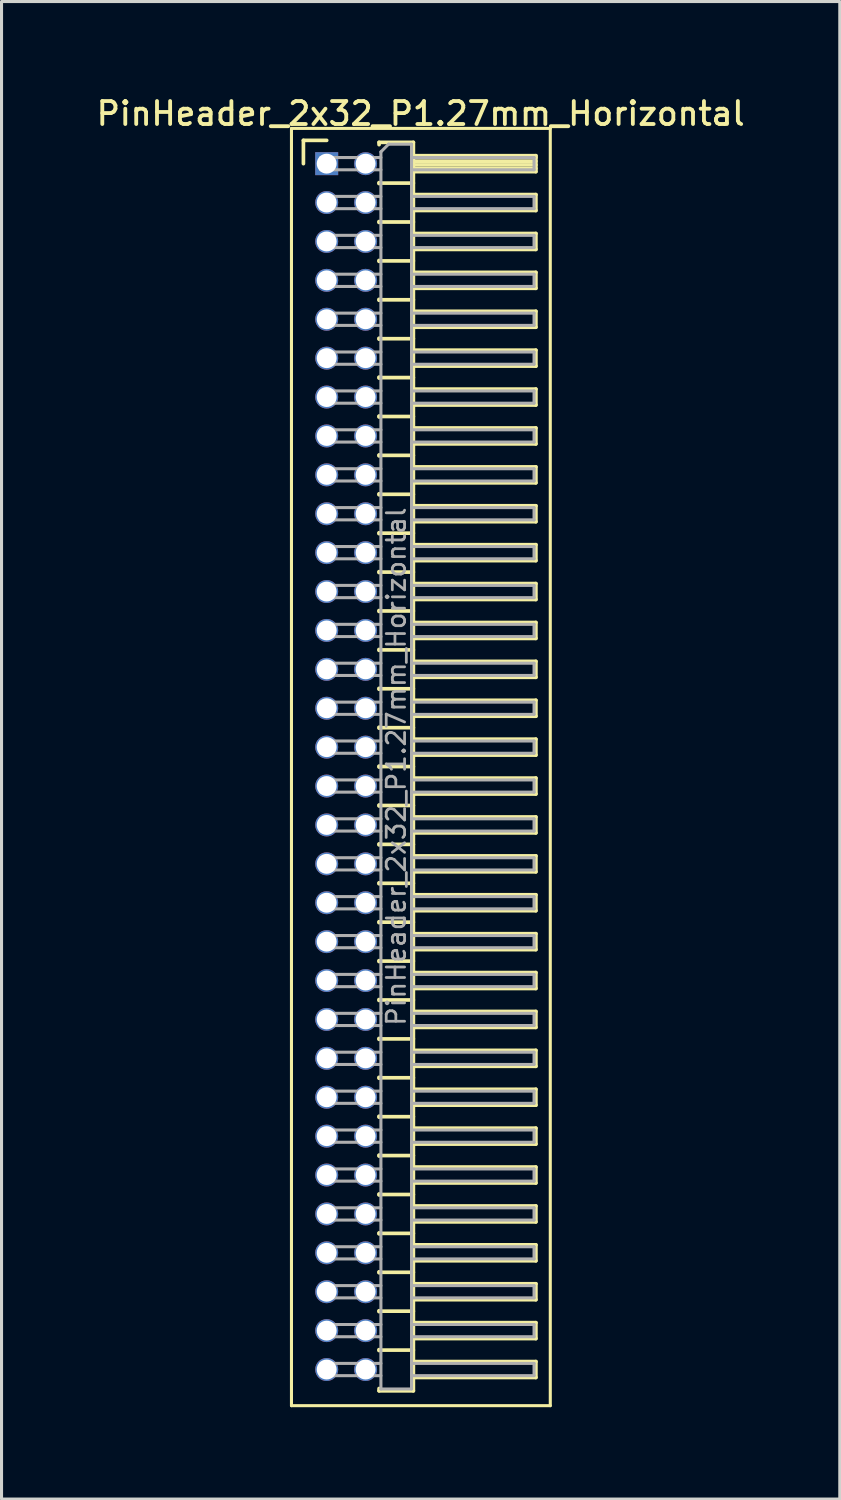
<source format=kicad_pcb>
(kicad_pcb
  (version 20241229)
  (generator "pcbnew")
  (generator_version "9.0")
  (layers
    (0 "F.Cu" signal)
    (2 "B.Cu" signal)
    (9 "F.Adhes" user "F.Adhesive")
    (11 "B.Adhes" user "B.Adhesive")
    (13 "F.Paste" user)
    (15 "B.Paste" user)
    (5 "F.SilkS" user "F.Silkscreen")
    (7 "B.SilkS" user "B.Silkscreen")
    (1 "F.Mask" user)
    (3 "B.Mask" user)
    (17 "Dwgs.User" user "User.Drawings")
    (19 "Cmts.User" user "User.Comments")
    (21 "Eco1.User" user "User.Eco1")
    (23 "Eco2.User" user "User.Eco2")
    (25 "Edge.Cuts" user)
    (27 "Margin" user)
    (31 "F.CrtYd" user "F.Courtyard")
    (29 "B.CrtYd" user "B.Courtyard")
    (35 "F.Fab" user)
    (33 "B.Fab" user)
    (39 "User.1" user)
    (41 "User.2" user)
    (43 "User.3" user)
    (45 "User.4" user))
  (footprint "PinHeader_2x32_P1.27mm_Horizontal"
    (layer "F.Cu")
    (at 7.616 2.293)
    (property "Reference" "PinHeader_2x32_P1.27mm_Horizontal" (at 3.067 -1.635 0) (layer "F.SilkS") (effects (font (size 0.75 0.75) (thickness 0.125))))
    (attr through_hole)
    (fp_line (start -1.15 -1.15) (end -1.15 40.55) (stroke (width 0.1) (type solid)) (layer "F.SilkS"))
    (fp_line (start -1.15 40.55) (end 7.3 40.55) (stroke (width 0.1) (type solid)) (layer "F.SilkS"))
    (fp_line (start -0.76 -0.76) (end 0 -0.76) (stroke (width 0.12) (type solid)) (layer "F.SilkS"))
    (fp_line (start -0.76 0) (end -0.76 -0.76) (stroke (width 0.12) (type solid)) (layer "F.SilkS"))
    (fp_line (start 1.71 -0.695) (end 2.83 -0.695) (stroke (width 0.12) (type solid)) (layer "F.SilkS"))
    (fp_line (start 1.71 -0.62) (end 1.71 -0.695) (stroke (width 0.12) (type solid)) (layer "F.SilkS"))
    (fp_line (start 1.71 0.62) (end 1.71 0.65) (stroke (width 0.12) (type solid)) (layer "F.SilkS"))
    (fp_line (start 1.71 0.635) (end 2.83 0.635) (stroke (width 0.12) (type solid)) (layer "F.SilkS"))
    (fp_line (start 1.71 1.89) (end 1.71 1.92) (stroke (width 0.12) (type solid)) (layer "F.SilkS"))
    (fp_line (start 1.71 1.905) (end 2.83 1.905) (stroke (width 0.12) (type solid)) (layer "F.SilkS"))
    (fp_line (start 1.71 3.16) (end 1.71 3.19) (stroke (width 0.12) (type solid)) (layer "F.SilkS"))
    (fp_line (start 1.71 3.175) (end 2.83 3.175) (stroke (width 0.12) (type solid)) (layer "F.SilkS"))
    (fp_line (start 1.71 4.43) (end 1.71 4.46) (stroke (width 0.12) (type solid)) (layer "F.SilkS"))
    (fp_line (start 1.71 4.445) (end 2.83 4.445) (stroke (width 0.12) (type solid)) (layer "F.SilkS"))
    (fp_line (start 1.71 5.7) (end 1.71 5.73) (stroke (width 0.12) (type solid)) (layer "F.SilkS"))
    (fp_line (start 1.71 5.715) (end 2.83 5.715) (stroke (width 0.12) (type solid)) (layer "F.SilkS"))
    (fp_line (start 1.71 6.97) (end 1.71 7) (stroke (width 0.12) (type solid)) (layer "F.SilkS"))
    (fp_line (start 1.71 6.985) (end 2.83 6.985) (stroke (width 0.12) (type solid)) (layer "F.SilkS"))
    (fp_line (start 1.71 8.24) (end 1.71 8.27) (stroke (width 0.12) (type solid)) (layer "F.SilkS"))
    (fp_line (start 1.71 8.255) (end 2.83 8.255) (stroke (width 0.12) (type solid)) (layer "F.SilkS"))
    (fp_line (start 1.71 9.51) (end 1.71 9.54) (stroke (width 0.12) (type solid)) (layer "F.SilkS"))
    (fp_line (start 1.71 9.525) (end 2.83 9.525) (stroke (width 0.12) (type solid)) (layer "F.SilkS"))
    (fp_line (start 1.71 10.78) (end 1.71 10.81) (stroke (width 0.12) (type solid)) (layer "F.SilkS"))
    (fp_line (start 1.71 10.795) (end 2.83 10.795) (stroke (width 0.12) (type solid)) (layer "F.SilkS"))
    (fp_line (start 1.71 12.05) (end 1.71 12.08) (stroke (width 0.12) (type solid)) (layer "F.SilkS"))
    (fp_line (start 1.71 12.065) (end 2.83 12.065) (stroke (width 0.12) (type solid)) (layer "F.SilkS"))
    (fp_line (start 1.71 13.32) (end 1.71 13.35) (stroke (width 0.12) (type solid)) (layer "F.SilkS"))
    (fp_line (start 1.71 13.335) (end 2.83 13.335) (stroke (width 0.12) (type solid)) (layer "F.SilkS"))
    (fp_line (start 1.71 14.59) (end 1.71 14.62) (stroke (width 0.12) (type solid)) (layer "F.SilkS"))
    (fp_line (start 1.71 14.605) (end 2.83 14.605) (stroke (width 0.12) (type solid)) (layer "F.SilkS"))
    (fp_line (start 1.71 15.86) (end 1.71 15.89) (stroke (width 0.12) (type solid)) (layer "F.SilkS"))
    (fp_line (start 1.71 15.875) (end 2.83 15.875) (stroke (width 0.12) (type solid)) (layer "F.SilkS"))
    (fp_line (start 1.71 17.13) (end 1.71 17.16) (stroke (width 0.12) (type solid)) (layer "F.SilkS"))
    (fp_line (start 1.71 17.145) (end 2.83 17.145) (stroke (width 0.12) (type solid)) (layer "F.SilkS"))
    (fp_line (start 1.71 18.4) (end 1.71 18.43) (stroke (width 0.12) (type solid)) (layer "F.SilkS"))
    (fp_line (start 1.71 18.415) (end 2.83 18.415) (stroke (width 0.12) (type solid)) (layer "F.SilkS"))
    (fp_line (start 1.71 19.67) (end 1.71 19.7) (stroke (width 0.12) (type solid)) (layer "F.SilkS"))
    (fp_line (start 1.71 19.685) (end 2.83 19.685) (stroke (width 0.12) (type solid)) (layer "F.SilkS"))
    (fp_line (start 1.71 20.94) (end 1.71 20.97) (stroke (width 0.12) (type solid)) (layer "F.SilkS"))
    (fp_line (start 1.71 20.955) (end 2.83 20.955) (stroke (width 0.12) (type solid)) (layer "F.SilkS"))
    (fp_line (start 1.71 22.21) (end 1.71 22.24) (stroke (width 0.12) (type solid)) (layer "F.SilkS"))
    (fp_line (start 1.71 22.225) (end 2.83 22.225) (stroke (width 0.12) (type solid)) (layer "F.SilkS"))
    (fp_line (start 1.71 23.48) (end 1.71 23.51) (stroke (width 0.12) (type solid)) (layer "F.SilkS"))
    (fp_line (start 1.71 23.495) (end 2.83 23.495) (stroke (width 0.12) (type solid)) (layer "F.SilkS"))
    (fp_line (start 1.71 24.75) (end 1.71 24.78) (stroke (width 0.12) (type solid)) (layer "F.SilkS"))
    (fp_line (start 1.71 24.765) (end 2.83 24.765) (stroke (width 0.12) (type solid)) (layer "F.SilkS"))
    (fp_line (start 1.71 26.02) (end 1.71 26.05) (stroke (width 0.12) (type solid)) (layer "F.SilkS"))
    (fp_line (start 1.71 26.035) (end 2.83 26.035) (stroke (width 0.12) (type solid)) (layer "F.SilkS"))
    (fp_line (start 1.71 27.29) (end 1.71 27.32) (stroke (width 0.12) (type solid)) (layer "F.SilkS"))
    (fp_line (start 1.71 27.305) (end 2.83 27.305) (stroke (width 0.12) (type solid)) (layer "F.SilkS"))
    (fp_line (start 1.71 28.56) (end 1.71 28.59) (stroke (width 0.12) (type solid)) (layer "F.SilkS"))
    (fp_line (start 1.71 28.575) (end 2.83 28.575) (stroke (width 0.12) (type solid)) (layer "F.SilkS"))
    (fp_line (start 1.71 29.83) (end 1.71 29.86) (stroke (width 0.12) (type solid)) (layer "F.SilkS"))
    (fp_line (start 1.71 29.845) (end 2.83 29.845) (stroke (width 0.12) (type solid)) (layer "F.SilkS"))
    (fp_line (start 1.71 31.1) (end 1.71 31.13) (stroke (width 0.12) (type solid)) (layer "F.SilkS"))
    (fp_line (start 1.71 31.115) (end 2.83 31.115) (stroke (width 0.12) (type solid)) (layer "F.SilkS"))
    (fp_line (start 1.71 32.37) (end 1.71 32.4) (stroke (width 0.12) (type solid)) (layer "F.SilkS"))
    (fp_line (start 1.71 32.385) (end 2.83 32.385) (stroke (width 0.12) (type solid)) (layer "F.SilkS"))
    (fp_line (start 1.71 33.64) (end 1.71 33.67) (stroke (width 0.12) (type solid)) (layer "F.SilkS"))
    (fp_line (start 1.71 33.655) (end 2.83 33.655) (stroke (width 0.12) (type solid)) (layer "F.SilkS"))
    (fp_line (start 1.71 34.91) (end 1.71 34.94) (stroke (width 0.12) (type solid)) (layer "F.SilkS"))
    (fp_line (start 1.71 34.925) (end 2.83 34.925) (stroke (width 0.12) (type solid)) (layer "F.SilkS"))
    (fp_line (start 1.71 36.18) (end 1.71 36.21) (stroke (width 0.12) (type solid)) (layer "F.SilkS"))
    (fp_line (start 1.71 36.195) (end 2.83 36.195) (stroke (width 0.12) (type solid)) (layer "F.SilkS"))
    (fp_line (start 1.71 37.45) (end 1.71 37.48) (stroke (width 0.12) (type solid)) (layer "F.SilkS"))
    (fp_line (start 1.71 37.465) (end 2.83 37.465) (stroke (width 0.12) (type solid)) (layer "F.SilkS"))
    (fp_line (start 1.71 38.72) (end 1.71 38.75) (stroke (width 0.12) (type solid)) (layer "F.SilkS"))
    (fp_line (start 1.71 38.735) (end 2.83 38.735) (stroke (width 0.12) (type solid)) (layer "F.SilkS"))
    (fp_line (start 1.71 40.065) (end 1.71 39.99) (stroke (width 0.12) (type solid)) (layer "F.SilkS"))
    (fp_line (start 2.83 -0.695) (end 2.83 40.065) (stroke (width 0.12) (type solid)) (layer "F.SilkS"))
    (fp_line (start 2.83 -0.26) (end 6.83 -0.26) (stroke (width 0.12) (type solid)) (layer "F.SilkS"))
    (fp_line (start 2.83 -0.2) (end 6.83 -0.2) (stroke (width 0.12) (type solid)) (layer "F.SilkS"))
    (fp_line (start 2.83 -0.08) (end 6.83 -0.08) (stroke (width 0.12) (type solid)) (layer "F.SilkS"))
    (fp_line (start 2.83 0.04) (end 6.83 0.04) (stroke (width 0.12) (type solid)) (layer "F.SilkS"))
    (fp_line (start 2.83 0.16) (end 6.83 0.16) (stroke (width 0.12) (type solid)) (layer "F.SilkS"))
    (fp_line (start 2.83 1.01) (end 6.83 1.01) (stroke (width 0.12) (type solid)) (layer "F.SilkS"))
    (fp_line (start 2.83 2.28) (end 6.83 2.28) (stroke (width 0.12) (type solid)) (layer "F.SilkS"))
    (fp_line (start 2.83 3.55) (end 6.83 3.55) (stroke (width 0.12) (type solid)) (layer "F.SilkS"))
    (fp_line (start 2.83 4.82) (end 6.83 4.82) (stroke (width 0.12) (type solid)) (layer "F.SilkS"))
    (fp_line (start 2.83 6.09) (end 6.83 6.09) (stroke (width 0.12) (type solid)) (layer "F.SilkS"))
    (fp_line (start 2.83 7.36) (end 6.83 7.36) (stroke (width 0.12) (type solid)) (layer "F.SilkS"))
    (fp_line (start 2.83 8.63) (end 6.83 8.63) (stroke (width 0.12) (type solid)) (layer "F.SilkS"))
    (fp_line (start 2.83 9.9) (end 6.83 9.9) (stroke (width 0.12) (type solid)) (layer "F.SilkS"))
    (fp_line (start 2.83 11.17) (end 6.83 11.17) (stroke (width 0.12) (type solid)) (layer "F.SilkS"))
    (fp_line (start 2.83 12.44) (end 6.83 12.44) (stroke (width 0.12) (type solid)) (layer "F.SilkS"))
    (fp_line (start 2.83 13.71) (end 6.83 13.71) (stroke (width 0.12) (type solid)) (layer "F.SilkS"))
    (fp_line (start 2.83 14.98) (end 6.83 14.98) (stroke (width 0.12) (type solid)) (layer "F.SilkS"))
    (fp_line (start 2.83 16.25) (end 6.83 16.25) (stroke (width 0.12) (type solid)) (layer "F.SilkS"))
    (fp_line (start 2.83 17.52) (end 6.83 17.52) (stroke (width 0.12) (type solid)) (layer "F.SilkS"))
    (fp_line (start 2.83 18.79) (end 6.83 18.79) (stroke (width 0.12) (type solid)) (layer "F.SilkS"))
    (fp_line (start 2.83 20.06) (end 6.83 20.06) (stroke (width 0.12) (type solid)) (layer "F.SilkS"))
    (fp_line (start 2.83 21.33) (end 6.83 21.33) (stroke (width 0.12) (type solid)) (layer "F.SilkS"))
    (fp_line (start 2.83 22.6) (end 6.83 22.6) (stroke (width 0.12) (type solid)) (layer "F.SilkS"))
    (fp_line (start 2.83 23.87) (end 6.83 23.87) (stroke (width 0.12) (type solid)) (layer "F.SilkS"))
    (fp_line (start 2.83 25.14) (end 6.83 25.14) (stroke (width 0.12) (type solid)) (layer "F.SilkS"))
    (fp_line (start 2.83 26.41) (end 6.83 26.41) (stroke (width 0.12) (type solid)) (layer "F.SilkS"))
    (fp_line (start 2.83 27.68) (end 6.83 27.68) (stroke (width 0.12) (type solid)) (layer "F.SilkS"))
    (fp_line (start 2.83 28.95) (end 6.83 28.95) (stroke (width 0.12) (type solid)) (layer "F.SilkS"))
    (fp_line (start 2.83 30.22) (end 6.83 30.22) (stroke (width 0.12) (type solid)) (layer "F.SilkS"))
    (fp_line (start 2.83 31.49) (end 6.83 31.49) (stroke (width 0.12) (type solid)) (layer "F.SilkS"))
    (fp_line (start 2.83 32.76) (end 6.83 32.76) (stroke (width 0.12) (type solid)) (layer "F.SilkS"))
    (fp_line (start 2.83 34.03) (end 6.83 34.03) (stroke (width 0.12) (type solid)) (layer "F.SilkS"))
    (fp_line (start 2.83 35.3) (end 6.83 35.3) (stroke (width 0.12) (type solid)) (layer "F.SilkS"))
    (fp_line (start 2.83 36.57) (end 6.83 36.57) (stroke (width 0.12) (type solid)) (layer "F.SilkS"))
    (fp_line (start 2.83 37.84) (end 6.83 37.84) (stroke (width 0.12) (type solid)) (layer "F.SilkS"))
    (fp_line (start 2.83 39.11) (end 6.83 39.11) (stroke (width 0.12) (type solid)) (layer "F.SilkS"))
    (fp_line (start 2.83 40.065) (end 1.71 40.065) (stroke (width 0.12) (type solid)) (layer "F.SilkS"))
    (fp_line (start 6.83 -0.26) (end 6.83 0.26) (stroke (width 0.12) (type solid)) (layer "F.SilkS"))
    (fp_line (start 6.83 0.26) (end 2.83 0.26) (stroke (width 0.12) (type solid)) (layer "F.SilkS"))
    (fp_line (start 6.83 1.01) (end 6.83 1.53) (stroke (width 0.12) (type solid)) (layer "F.SilkS"))
    (fp_line (start 6.83 1.53) (end 2.83 1.53) (stroke (width 0.12) (type solid)) (layer "F.SilkS"))
    (fp_line (start 6.83 2.28) (end 6.83 2.8) (stroke (width 0.12) (type solid)) (layer "F.SilkS"))
    (fp_line (start 6.83 2.8) (end 2.83 2.8) (stroke (width 0.12) (type solid)) (layer "F.SilkS"))
    (fp_line (start 6.83 3.55) (end 6.83 4.07) (stroke (width 0.12) (type solid)) (layer "F.SilkS"))
    (fp_line (start 6.83 4.07) (end 2.83 4.07) (stroke (width 0.12) (type solid)) (layer "F.SilkS"))
    (fp_line (start 6.83 4.82) (end 6.83 5.34) (stroke (width 0.12) (type solid)) (layer "F.SilkS"))
    (fp_line (start 6.83 5.34) (end 2.83 5.34) (stroke (width 0.12) (type solid)) (layer "F.SilkS"))
    (fp_line (start 6.83 6.09) (end 6.83 6.61) (stroke (width 0.12) (type solid)) (layer "F.SilkS"))
    (fp_line (start 6.83 6.61) (end 2.83 6.61) (stroke (width 0.12) (type solid)) (layer "F.SilkS"))
    (fp_line (start 6.83 7.36) (end 6.83 7.88) (stroke (width 0.12) (type solid)) (layer "F.SilkS"))
    (fp_line (start 6.83 7.88) (end 2.83 7.88) (stroke (width 0.12) (type solid)) (layer "F.SilkS"))
    (fp_line (start 6.83 8.63) (end 6.83 9.15) (stroke (width 0.12) (type solid)) (layer "F.SilkS"))
    (fp_line (start 6.83 9.15) (end 2.83 9.15) (stroke (width 0.12) (type solid)) (layer "F.SilkS"))
    (fp_line (start 6.83 9.9) (end 6.83 10.42) (stroke (width 0.12) (type solid)) (layer "F.SilkS"))
    (fp_line (start 6.83 10.42) (end 2.83 10.42) (stroke (width 0.12) (type solid)) (layer "F.SilkS"))
    (fp_line (start 6.83 11.17) (end 6.83 11.69) (stroke (width 0.12) (type solid)) (layer "F.SilkS"))
    (fp_line (start 6.83 11.69) (end 2.83 11.69) (stroke (width 0.12) (type solid)) (layer "F.SilkS"))
    (fp_line (start 6.83 12.44) (end 6.83 12.96) (stroke (width 0.12) (type solid)) (layer "F.SilkS"))
    (fp_line (start 6.83 12.96) (end 2.83 12.96) (stroke (width 0.12) (type solid)) (layer "F.SilkS"))
    (fp_line (start 6.83 13.71) (end 6.83 14.23) (stroke (width 0.12) (type solid)) (layer "F.SilkS"))
    (fp_line (start 6.83 14.23) (end 2.83 14.23) (stroke (width 0.12) (type solid)) (layer "F.SilkS"))
    (fp_line (start 6.83 14.98) (end 6.83 15.5) (stroke (width 0.12) (type solid)) (layer "F.SilkS"))
    (fp_line (start 6.83 15.5) (end 2.83 15.5) (stroke (width 0.12) (type solid)) (layer "F.SilkS"))
    (fp_line (start 6.83 16.25) (end 6.83 16.77) (stroke (width 0.12) (type solid)) (layer "F.SilkS"))
    (fp_line (start 6.83 16.77) (end 2.83 16.77) (stroke (width 0.12) (type solid)) (layer "F.SilkS"))
    (fp_line (start 6.83 17.52) (end 6.83 18.04) (stroke (width 0.12) (type solid)) (layer "F.SilkS"))
    (fp_line (start 6.83 18.04) (end 2.83 18.04) (stroke (width 0.12) (type solid)) (layer "F.SilkS"))
    (fp_line (start 6.83 18.79) (end 6.83 19.31) (stroke (width 0.12) (type solid)) (layer "F.SilkS"))
    (fp_line (start 6.83 19.31) (end 2.83 19.31) (stroke (width 0.12) (type solid)) (layer "F.SilkS"))
    (fp_line (start 6.83 20.06) (end 6.83 20.58) (stroke (width 0.12) (type solid)) (layer "F.SilkS"))
    (fp_line (start 6.83 20.58) (end 2.83 20.58) (stroke (width 0.12) (type solid)) (layer "F.SilkS"))
    (fp_line (start 6.83 21.33) (end 6.83 21.85) (stroke (width 0.12) (type solid)) (layer "F.SilkS"))
    (fp_line (start 6.83 21.85) (end 2.83 21.85) (stroke (width 0.12) (type solid)) (layer "F.SilkS"))
    (fp_line (start 6.83 22.6) (end 6.83 23.12) (stroke (width 0.12) (type solid)) (layer "F.SilkS"))
    (fp_line (start 6.83 23.12) (end 2.83 23.12) (stroke (width 0.12) (type solid)) (layer "F.SilkS"))
    (fp_line (start 6.83 23.87) (end 6.83 24.39) (stroke (width 0.12) (type solid)) (layer "F.SilkS"))
    (fp_line (start 6.83 24.39) (end 2.83 24.39) (stroke (width 0.12) (type solid)) (layer "F.SilkS"))
    (fp_line (start 6.83 25.14) (end 6.83 25.66) (stroke (width 0.12) (type solid)) (layer "F.SilkS"))
    (fp_line (start 6.83 25.66) (end 2.83 25.66) (stroke (width 0.12) (type solid)) (layer "F.SilkS"))
    (fp_line (start 6.83 26.41) (end 6.83 26.93) (stroke (width 0.12) (type solid)) (layer "F.SilkS"))
    (fp_line (start 6.83 26.93) (end 2.83 26.93) (stroke (width 0.12) (type solid)) (layer "F.SilkS"))
    (fp_line (start 6.83 27.68) (end 6.83 28.2) (stroke (width 0.12) (type solid)) (layer "F.SilkS"))
    (fp_line (start 6.83 28.2) (end 2.83 28.2) (stroke (width 0.12) (type solid)) (layer "F.SilkS"))
    (fp_line (start 6.83 28.95) (end 6.83 29.47) (stroke (width 0.12) (type solid)) (layer "F.SilkS"))
    (fp_line (start 6.83 29.47) (end 2.83 29.47) (stroke (width 0.12) (type solid)) (layer "F.SilkS"))
    (fp_line (start 6.83 30.22) (end 6.83 30.74) (stroke (width 0.12) (type solid)) (layer "F.SilkS"))
    (fp_line (start 6.83 30.74) (end 2.83 30.74) (stroke (width 0.12) (type solid)) (layer "F.SilkS"))
    (fp_line (start 6.83 31.49) (end 6.83 32.01) (stroke (width 0.12) (type solid)) (layer "F.SilkS"))
    (fp_line (start 6.83 32.01) (end 2.83 32.01) (stroke (width 0.12) (type solid)) (layer "F.SilkS"))
    (fp_line (start 6.83 32.76) (end 6.83 33.28) (stroke (width 0.12) (type solid)) (layer "F.SilkS"))
    (fp_line (start 6.83 33.28) (end 2.83 33.28) (stroke (width 0.12) (type solid)) (layer "F.SilkS"))
    (fp_line (start 6.83 34.03) (end 6.83 34.55) (stroke (width 0.12) (type solid)) (layer "F.SilkS"))
    (fp_line (start 6.83 34.55) (end 2.83 34.55) (stroke (width 0.12) (type solid)) (layer "F.SilkS"))
    (fp_line (start 6.83 35.3) (end 6.83 35.82) (stroke (width 0.12) (type solid)) (layer "F.SilkS"))
    (fp_line (start 6.83 35.82) (end 2.83 35.82) (stroke (width 0.12) (type solid)) (layer "F.SilkS"))
    (fp_line (start 6.83 36.57) (end 6.83 37.09) (stroke (width 0.12) (type solid)) (layer "F.SilkS"))
    (fp_line (start 6.83 37.09) (end 2.83 37.09) (stroke (width 0.12) (type solid)) (layer "F.SilkS"))
    (fp_line (start 6.83 37.84) (end 6.83 38.36) (stroke (width 0.12) (type solid)) (layer "F.SilkS"))
    (fp_line (start 6.83 38.36) (end 2.83 38.36) (stroke (width 0.12) (type solid)) (layer "F.SilkS"))
    (fp_line (start 6.83 39.11) (end 6.83 39.63) (stroke (width 0.12) (type solid)) (layer "F.SilkS"))
    (fp_line (start 6.83 39.63) (end 2.83 39.63) (stroke (width 0.12) (type solid)) (layer "F.SilkS"))
    (fp_line (start 7.3 -1.15) (end -1.15 -1.15) (stroke (width 0.1) (type solid)) (layer "F.SilkS"))
    (fp_line (start 7.3 40.55) (end 7.3 -1.15) (stroke (width 0.1) (type solid)) (layer "F.SilkS"))
    (fp_line (start -0.2 -0.2) (end -0.2 0.2) (stroke (width 0.1) (type solid)) (layer "F.Fab"))
    (fp_line (start -0.2 -0.2) (end 1.77 -0.2) (stroke (width 0.1) (type solid)) (layer "F.Fab"))
    (fp_line (start -0.2 0.2) (end 1.77 0.2) (stroke (width 0.1) (type solid)) (layer "F.Fab"))
    (fp_line (start -0.2 1.07) (end -0.2 1.47) (stroke (width 0.1) (type solid)) (layer "F.Fab"))
    (fp_line (start -0.2 1.07) (end 1.77 1.07) (stroke (width 0.1) (type solid)) (layer "F.Fab"))
    (fp_line (start -0.2 1.47) (end 1.77 1.47) (stroke (width 0.1) (type solid)) (layer "F.Fab"))
    (fp_line (start -0.2 2.34) (end -0.2 2.74) (stroke (width 0.1) (type solid)) (layer "F.Fab"))
    (fp_line (start -0.2 2.34) (end 1.77 2.34) (stroke (width 0.1) (type solid)) (layer "F.Fab"))
    (fp_line (start -0.2 2.74) (end 1.77 2.74) (stroke (width 0.1) (type solid)) (layer "F.Fab"))
    (fp_line (start -0.2 3.61) (end -0.2 4.01) (stroke (width 0.1) (type solid)) (layer "F.Fab"))
    (fp_line (start -0.2 3.61) (end 1.77 3.61) (stroke (width 0.1) (type solid)) (layer "F.Fab"))
    (fp_line (start -0.2 4.01) (end 1.77 4.01) (stroke (width 0.1) (type solid)) (layer "F.Fab"))
    (fp_line (start -0.2 4.88) (end -0.2 5.28) (stroke (width 0.1) (type solid)) (layer "F.Fab"))
    (fp_line (start -0.2 4.88) (end 1.77 4.88) (stroke (width 0.1) (type solid)) (layer "F.Fab"))
    (fp_line (start -0.2 5.28) (end 1.77 5.28) (stroke (width 0.1) (type solid)) (layer "F.Fab"))
    (fp_line (start -0.2 6.15) (end -0.2 6.55) (stroke (width 0.1) (type solid)) (layer "F.Fab"))
    (fp_line (start -0.2 6.15) (end 1.77 6.15) (stroke (width 0.1) (type solid)) (layer "F.Fab"))
    (fp_line (start -0.2 6.55) (end 1.77 6.55) (stroke (width 0.1) (type solid)) (layer "F.Fab"))
    (fp_line (start -0.2 7.42) (end -0.2 7.82) (stroke (width 0.1) (type solid)) (layer "F.Fab"))
    (fp_line (start -0.2 7.42) (end 1.77 7.42) (stroke (width 0.1) (type solid)) (layer "F.Fab"))
    (fp_line (start -0.2 7.82) (end 1.77 7.82) (stroke (width 0.1) (type solid)) (layer "F.Fab"))
    (fp_line (start -0.2 8.69) (end -0.2 9.09) (stroke (width 0.1) (type solid)) (layer "F.Fab"))
    (fp_line (start -0.2 8.69) (end 1.77 8.69) (stroke (width 0.1) (type solid)) (layer "F.Fab"))
    (fp_line (start -0.2 9.09) (end 1.77 9.09) (stroke (width 0.1) (type solid)) (layer "F.Fab"))
    (fp_line (start -0.2 9.96) (end -0.2 10.36) (stroke (width 0.1) (type solid)) (layer "F.Fab"))
    (fp_line (start -0.2 9.96) (end 1.77 9.96) (stroke (width 0.1) (type solid)) (layer "F.Fab"))
    (fp_line (start -0.2 10.36) (end 1.77 10.36) (stroke (width 0.1) (type solid)) (layer "F.Fab"))
    (fp_line (start -0.2 11.23) (end -0.2 11.63) (stroke (width 0.1) (type solid)) (layer "F.Fab"))
    (fp_line (start -0.2 11.23) (end 1.77 11.23) (stroke (width 0.1) (type solid)) (layer "F.Fab"))
    (fp_line (start -0.2 11.63) (end 1.77 11.63) (stroke (width 0.1) (type solid)) (layer "F.Fab"))
    (fp_line (start -0.2 12.5) (end -0.2 12.9) (stroke (width 0.1) (type solid)) (layer "F.Fab"))
    (fp_line (start -0.2 12.5) (end 1.77 12.5) (stroke (width 0.1) (type solid)) (layer "F.Fab"))
    (fp_line (start -0.2 12.9) (end 1.77 12.9) (stroke (width 0.1) (type solid)) (layer "F.Fab"))
    (fp_line (start -0.2 13.77) (end -0.2 14.17) (stroke (width 0.1) (type solid)) (layer "F.Fab"))
    (fp_line (start -0.2 13.77) (end 1.77 13.77) (stroke (width 0.1) (type solid)) (layer "F.Fab"))
    (fp_line (start -0.2 14.17) (end 1.77 14.17) (stroke (width 0.1) (type solid)) (layer "F.Fab"))
    (fp_line (start -0.2 15.04) (end -0.2 15.44) (stroke (width 0.1) (type solid)) (layer "F.Fab"))
    (fp_line (start -0.2 15.04) (end 1.77 15.04) (stroke (width 0.1) (type solid)) (layer "F.Fab"))
    (fp_line (start -0.2 15.44) (end 1.77 15.44) (stroke (width 0.1) (type solid)) (layer "F.Fab"))
    (fp_line (start -0.2 16.31) (end -0.2 16.71) (stroke (width 0.1) (type solid)) (layer "F.Fab"))
    (fp_line (start -0.2 16.31) (end 1.77 16.31) (stroke (width 0.1) (type solid)) (layer "F.Fab"))
    (fp_line (start -0.2 16.71) (end 1.77 16.71) (stroke (width 0.1) (type solid)) (layer "F.Fab"))
    (fp_line (start -0.2 17.58) (end -0.2 17.98) (stroke (width 0.1) (type solid)) (layer "F.Fab"))
    (fp_line (start -0.2 17.58) (end 1.77 17.58) (stroke (width 0.1) (type solid)) (layer "F.Fab"))
    (fp_line (start -0.2 17.98) (end 1.77 17.98) (stroke (width 0.1) (type solid)) (layer "F.Fab"))
    (fp_line (start -0.2 18.85) (end -0.2 19.25) (stroke (width 0.1) (type solid)) (layer "F.Fab"))
    (fp_line (start -0.2 18.85) (end 1.77 18.85) (stroke (width 0.1) (type solid)) (layer "F.Fab"))
    (fp_line (start -0.2 19.25) (end 1.77 19.25) (stroke (width 0.1) (type solid)) (layer "F.Fab"))
    (fp_line (start -0.2 20.12) (end -0.2 20.52) (stroke (width 0.1) (type solid)) (layer "F.Fab"))
    (fp_line (start -0.2 20.12) (end 1.77 20.12) (stroke (width 0.1) (type solid)) (layer "F.Fab"))
    (fp_line (start -0.2 20.52) (end 1.77 20.52) (stroke (width 0.1) (type solid)) (layer "F.Fab"))
    (fp_line (start -0.2 21.39) (end -0.2 21.79) (stroke (width 0.1) (type solid)) (layer "F.Fab"))
    (fp_line (start -0.2 21.39) (end 1.77 21.39) (stroke (width 0.1) (type solid)) (layer "F.Fab"))
    (fp_line (start -0.2 21.79) (end 1.77 21.79) (stroke (width 0.1) (type solid)) (layer "F.Fab"))
    (fp_line (start -0.2 22.66) (end -0.2 23.06) (stroke (width 0.1) (type solid)) (layer "F.Fab"))
    (fp_line (start -0.2 22.66) (end 1.77 22.66) (stroke (width 0.1) (type solid)) (layer "F.Fab"))
    (fp_line (start -0.2 23.06) (end 1.77 23.06) (stroke (width 0.1) (type solid)) (layer "F.Fab"))
    (fp_line (start -0.2 23.93) (end -0.2 24.33) (stroke (width 0.1) (type solid)) (layer "F.Fab"))
    (fp_line (start -0.2 23.93) (end 1.77 23.93) (stroke (width 0.1) (type solid)) (layer "F.Fab"))
    (fp_line (start -0.2 24.33) (end 1.77 24.33) (stroke (width 0.1) (type solid)) (layer "F.Fab"))
    (fp_line (start -0.2 25.2) (end -0.2 25.6) (stroke (width 0.1) (type solid)) (layer "F.Fab"))
    (fp_line (start -0.2 25.2) (end 1.77 25.2) (stroke (width 0.1) (type solid)) (layer "F.Fab"))
    (fp_line (start -0.2 25.6) (end 1.77 25.6) (stroke (width 0.1) (type solid)) (layer "F.Fab"))
    (fp_line (start -0.2 26.47) (end -0.2 26.87) (stroke (width 0.1) (type solid)) (layer "F.Fab"))
    (fp_line (start -0.2 26.47) (end 1.77 26.47) (stroke (width 0.1) (type solid)) (layer "F.Fab"))
    (fp_line (start -0.2 26.87) (end 1.77 26.87) (stroke (width 0.1) (type solid)) (layer "F.Fab"))
    (fp_line (start -0.2 27.74) (end -0.2 28.14) (stroke (width 0.1) (type solid)) (layer "F.Fab"))
    (fp_line (start -0.2 27.74) (end 1.77 27.74) (stroke (width 0.1) (type solid)) (layer "F.Fab"))
    (fp_line (start -0.2 28.14) (end 1.77 28.14) (stroke (width 0.1) (type solid)) (layer "F.Fab"))
    (fp_line (start -0.2 29.01) (end -0.2 29.41) (stroke (width 0.1) (type solid)) (layer "F.Fab"))
    (fp_line (start -0.2 29.01) (end 1.77 29.01) (stroke (width 0.1) (type solid)) (layer "F.Fab"))
    (fp_line (start -0.2 29.41) (end 1.77 29.41) (stroke (width 0.1) (type solid)) (layer "F.Fab"))
    (fp_line (start -0.2 30.28) (end -0.2 30.68) (stroke (width 0.1) (type solid)) (layer "F.Fab"))
    (fp_line (start -0.2 30.28) (end 1.77 30.28) (stroke (width 0.1) (type solid)) (layer "F.Fab"))
    (fp_line (start -0.2 30.68) (end 1.77 30.68) (stroke (width 0.1) (type solid)) (layer "F.Fab"))
    (fp_line (start -0.2 31.55) (end -0.2 31.95) (stroke (width 0.1) (type solid)) (layer "F.Fab"))
    (fp_line (start -0.2 31.55) (end 1.77 31.55) (stroke (width 0.1) (type solid)) (layer "F.Fab"))
    (fp_line (start -0.2 31.95) (end 1.77 31.95) (stroke (width 0.1) (type solid)) (layer "F.Fab"))
    (fp_line (start -0.2 32.82) (end -0.2 33.22) (stroke (width 0.1) (type solid)) (layer "F.Fab"))
    (fp_line (start -0.2 32.82) (end 1.77 32.82) (stroke (width 0.1) (type solid)) (layer "F.Fab"))
    (fp_line (start -0.2 33.22) (end 1.77 33.22) (stroke (width 0.1) (type solid)) (layer "F.Fab"))
    (fp_line (start -0.2 34.09) (end -0.2 34.49) (stroke (width 0.1) (type solid)) (layer "F.Fab"))
    (fp_line (start -0.2 34.09) (end 1.77 34.09) (stroke (width 0.1) (type solid)) (layer "F.Fab"))
    (fp_line (start -0.2 34.49) (end 1.77 34.49) (stroke (width 0.1) (type solid)) (layer "F.Fab"))
    (fp_line (start -0.2 35.36) (end -0.2 35.76) (stroke (width 0.1) (type solid)) (layer "F.Fab"))
    (fp_line (start -0.2 35.36) (end 1.77 35.36) (stroke (width 0.1) (type solid)) (layer "F.Fab"))
    (fp_line (start -0.2 35.76) (end 1.77 35.76) (stroke (width 0.1) (type solid)) (layer "F.Fab"))
    (fp_line (start -0.2 36.63) (end -0.2 37.03) (stroke (width 0.1) (type solid)) (layer "F.Fab"))
    (fp_line (start -0.2 36.63) (end 1.77 36.63) (stroke (width 0.1) (type solid)) (layer "F.Fab"))
    (fp_line (start -0.2 37.03) (end 1.77 37.03) (stroke (width 0.1) (type solid)) (layer "F.Fab"))
    (fp_line (start -0.2 37.9) (end -0.2 38.3) (stroke (width 0.1) (type solid)) (layer "F.Fab"))
    (fp_line (start -0.2 37.9) (end 1.77 37.9) (stroke (width 0.1) (type solid)) (layer "F.Fab"))
    (fp_line (start -0.2 38.3) (end 1.77 38.3) (stroke (width 0.1) (type solid)) (layer "F.Fab"))
    (fp_line (start -0.2 39.17) (end -0.2 39.57) (stroke (width 0.1) (type solid)) (layer "F.Fab"))
    (fp_line (start -0.2 39.17) (end 1.77 39.17) (stroke (width 0.1) (type solid)) (layer "F.Fab"))
    (fp_line (start -0.2 39.57) (end 1.77 39.57) (stroke (width 0.1) (type solid)) (layer "F.Fab"))
    (fp_line (start 1.77 -0.385) (end 2.02 -0.635) (stroke (width 0.1) (type solid)) (layer "F.Fab"))
    (fp_line (start 1.77 40.005) (end 1.77 -0.385) (stroke (width 0.1) (type solid)) (layer "F.Fab"))
    (fp_line (start 2.02 -0.635) (end 2.77 -0.635) (stroke (width 0.1) (type solid)) (layer "F.Fab"))
    (fp_line (start 2.77 -0.635) (end 2.77 40.005) (stroke (width 0.1) (type solid)) (layer "F.Fab"))
    (fp_line (start 2.77 -0.2) (end 6.77 -0.2) (stroke (width 0.1) (type solid)) (layer "F.Fab"))
    (fp_line (start 2.77 0.2) (end 6.77 0.2) (stroke (width 0.1) (type solid)) (layer "F.Fab"))
    (fp_line (start 2.77 1.07) (end 6.77 1.07) (stroke (width 0.1) (type solid)) (layer "F.Fab"))
    (fp_line (start 2.77 1.47) (end 6.77 1.47) (stroke (width 0.1) (type solid)) (layer "F.Fab"))
    (fp_line (start 2.77 2.34) (end 6.77 2.34) (stroke (width 0.1) (type solid)) (layer "F.Fab"))
    (fp_line (start 2.77 2.74) (end 6.77 2.74) (stroke (width 0.1) (type solid)) (layer "F.Fab"))
    (fp_line (start 2.77 3.61) (end 6.77 3.61) (stroke (width 0.1) (type solid)) (layer "F.Fab"))
    (fp_line (start 2.77 4.01) (end 6.77 4.01) (stroke (width 0.1) (type solid)) (layer "F.Fab"))
    (fp_line (start 2.77 4.88) (end 6.77 4.88) (stroke (width 0.1) (type solid)) (layer "F.Fab"))
    (fp_line (start 2.77 5.28) (end 6.77 5.28) (stroke (width 0.1) (type solid)) (layer "F.Fab"))
    (fp_line (start 2.77 6.15) (end 6.77 6.15) (stroke (width 0.1) (type solid)) (layer "F.Fab"))
    (fp_line (start 2.77 6.55) (end 6.77 6.55) (stroke (width 0.1) (type solid)) (layer "F.Fab"))
    (fp_line (start 2.77 7.42) (end 6.77 7.42) (stroke (width 0.1) (type solid)) (layer "F.Fab"))
    (fp_line (start 2.77 7.82) (end 6.77 7.82) (stroke (width 0.1) (type solid)) (layer "F.Fab"))
    (fp_line (start 2.77 8.69) (end 6.77 8.69) (stroke (width 0.1) (type solid)) (layer "F.Fab"))
    (fp_line (start 2.77 9.09) (end 6.77 9.09) (stroke (width 0.1) (type solid)) (layer "F.Fab"))
    (fp_line (start 2.77 9.96) (end 6.77 9.96) (stroke (width 0.1) (type solid)) (layer "F.Fab"))
    (fp_line (start 2.77 10.36) (end 6.77 10.36) (stroke (width 0.1) (type solid)) (layer "F.Fab"))
    (fp_line (start 2.77 11.23) (end 6.77 11.23) (stroke (width 0.1) (type solid)) (layer "F.Fab"))
    (fp_line (start 2.77 11.63) (end 6.77 11.63) (stroke (width 0.1) (type solid)) (layer "F.Fab"))
    (fp_line (start 2.77 12.5) (end 6.77 12.5) (stroke (width 0.1) (type solid)) (layer "F.Fab"))
    (fp_line (start 2.77 12.9) (end 6.77 12.9) (stroke (width 0.1) (type solid)) (layer "F.Fab"))
    (fp_line (start 2.77 13.77) (end 6.77 13.77) (stroke (width 0.1) (type solid)) (layer "F.Fab"))
    (fp_line (start 2.77 14.17) (end 6.77 14.17) (stroke (width 0.1) (type solid)) (layer "F.Fab"))
    (fp_line (start 2.77 15.04) (end 6.77 15.04) (stroke (width 0.1) (type solid)) (layer "F.Fab"))
    (fp_line (start 2.77 15.44) (end 6.77 15.44) (stroke (width 0.1) (type solid)) (layer "F.Fab"))
    (fp_line (start 2.77 16.31) (end 6.77 16.31) (stroke (width 0.1) (type solid)) (layer "F.Fab"))
    (fp_line (start 2.77 16.71) (end 6.77 16.71) (stroke (width 0.1) (type solid)) (layer "F.Fab"))
    (fp_line (start 2.77 17.58) (end 6.77 17.58) (stroke (width 0.1) (type solid)) (layer "F.Fab"))
    (fp_line (start 2.77 17.98) (end 6.77 17.98) (stroke (width 0.1) (type solid)) (layer "F.Fab"))
    (fp_line (start 2.77 18.85) (end 6.77 18.85) (stroke (width 0.1) (type solid)) (layer "F.Fab"))
    (fp_line (start 2.77 19.25) (end 6.77 19.25) (stroke (width 0.1) (type solid)) (layer "F.Fab"))
    (fp_line (start 2.77 20.12) (end 6.77 20.12) (stroke (width 0.1) (type solid)) (layer "F.Fab"))
    (fp_line (start 2.77 20.52) (end 6.77 20.52) (stroke (width 0.1) (type solid)) (layer "F.Fab"))
    (fp_line (start 2.77 21.39) (end 6.77 21.39) (stroke (width 0.1) (type solid)) (layer "F.Fab"))
    (fp_line (start 2.77 21.79) (end 6.77 21.79) (stroke (width 0.1) (type solid)) (layer "F.Fab"))
    (fp_line (start 2.77 22.66) (end 6.77 22.66) (stroke (width 0.1) (type solid)) (layer "F.Fab"))
    (fp_line (start 2.77 23.06) (end 6.77 23.06) (stroke (width 0.1) (type solid)) (layer "F.Fab"))
    (fp_line (start 2.77 23.93) (end 6.77 23.93) (stroke (width 0.1) (type solid)) (layer "F.Fab"))
    (fp_line (start 2.77 24.33) (end 6.77 24.33) (stroke (width 0.1) (type solid)) (layer "F.Fab"))
    (fp_line (start 2.77 25.2) (end 6.77 25.2) (stroke (width 0.1) (type solid)) (layer "F.Fab"))
    (fp_line (start 2.77 25.6) (end 6.77 25.6) (stroke (width 0.1) (type solid)) (layer "F.Fab"))
    (fp_line (start 2.77 26.47) (end 6.77 26.47) (stroke (width 0.1) (type solid)) (layer "F.Fab"))
    (fp_line (start 2.77 26.87) (end 6.77 26.87) (stroke (width 0.1) (type solid)) (layer "F.Fab"))
    (fp_line (start 2.77 27.74) (end 6.77 27.74) (stroke (width 0.1) (type solid)) (layer "F.Fab"))
    (fp_line (start 2.77 28.14) (end 6.77 28.14) (stroke (width 0.1) (type solid)) (layer "F.Fab"))
    (fp_line (start 2.77 29.01) (end 6.77 29.01) (stroke (width 0.1) (type solid)) (layer "F.Fab"))
    (fp_line (start 2.77 29.41) (end 6.77 29.41) (stroke (width 0.1) (type solid)) (layer "F.Fab"))
    (fp_line (start 2.77 30.28) (end 6.77 30.28) (stroke (width 0.1) (type solid)) (layer "F.Fab"))
    (fp_line (start 2.77 30.68) (end 6.77 30.68) (stroke (width 0.1) (type solid)) (layer "F.Fab"))
    (fp_line (start 2.77 31.55) (end 6.77 31.55) (stroke (width 0.1) (type solid)) (layer "F.Fab"))
    (fp_line (start 2.77 31.95) (end 6.77 31.95) (stroke (width 0.1) (type solid)) (layer "F.Fab"))
    (fp_line (start 2.77 32.82) (end 6.77 32.82) (stroke (width 0.1) (type solid)) (layer "F.Fab"))
    (fp_line (start 2.77 33.22) (end 6.77 33.22) (stroke (width 0.1) (type solid)) (layer "F.Fab"))
    (fp_line (start 2.77 34.09) (end 6.77 34.09) (stroke (width 0.1) (type solid)) (layer "F.Fab"))
    (fp_line (start 2.77 34.49) (end 6.77 34.49) (stroke (width 0.1) (type solid)) (layer "F.Fab"))
    (fp_line (start 2.77 35.36) (end 6.77 35.36) (stroke (width 0.1) (type solid)) (layer "F.Fab"))
    (fp_line (start 2.77 35.76) (end 6.77 35.76) (stroke (width 0.1) (type solid)) (layer "F.Fab"))
    (fp_line (start 2.77 36.63) (end 6.77 36.63) (stroke (width 0.1) (type solid)) (layer "F.Fab"))
    (fp_line (start 2.77 37.03) (end 6.77 37.03) (stroke (width 0.1) (type solid)) (layer "F.Fab"))
    (fp_line (start 2.77 37.9) (end 6.77 37.9) (stroke (width 0.1) (type solid)) (layer "F.Fab"))
    (fp_line (start 2.77 38.3) (end 6.77 38.3) (stroke (width 0.1) (type solid)) (layer "F.Fab"))
    (fp_line (start 2.77 39.17) (end 6.77 39.17) (stroke (width 0.1) (type solid)) (layer "F.Fab"))
    (fp_line (start 2.77 39.57) (end 6.77 39.57) (stroke (width 0.1) (type solid)) (layer "F.Fab"))
    (fp_line (start 2.77 40.005) (end 1.77 40.005) (stroke (width 0.1) (type solid)) (layer "F.Fab"))
    (fp_line (start 6.77 -0.2) (end 6.77 0.2) (stroke (width 0.1) (type solid)) (layer "F.Fab"))
    (fp_line (start 6.77 1.07) (end 6.77 1.47) (stroke (width 0.1) (type solid)) (layer "F.Fab"))
    (fp_line (start 6.77 2.34) (end 6.77 2.74) (stroke (width 0.1) (type solid)) (layer "F.Fab"))
    (fp_line (start 6.77 3.61) (end 6.77 4.01) (stroke (width 0.1) (type solid)) (layer "F.Fab"))
    (fp_line (start 6.77 4.88) (end 6.77 5.28) (stroke (width 0.1) (type solid)) (layer "F.Fab"))
    (fp_line (start 6.77 6.15) (end 6.77 6.55) (stroke (width 0.1) (type solid)) (layer "F.Fab"))
    (fp_line (start 6.77 7.42) (end 6.77 7.82) (stroke (width 0.1) (type solid)) (layer "F.Fab"))
    (fp_line (start 6.77 8.69) (end 6.77 9.09) (stroke (width 0.1) (type solid)) (layer "F.Fab"))
    (fp_line (start 6.77 9.96) (end 6.77 10.36) (stroke (width 0.1) (type solid)) (layer "F.Fab"))
    (fp_line (start 6.77 11.23) (end 6.77 11.63) (stroke (width 0.1) (type solid)) (layer "F.Fab"))
    (fp_line (start 6.77 12.5) (end 6.77 12.9) (stroke (width 0.1) (type solid)) (layer "F.Fab"))
    (fp_line (start 6.77 13.77) (end 6.77 14.17) (stroke (width 0.1) (type solid)) (layer "F.Fab"))
    (fp_line (start 6.77 15.04) (end 6.77 15.44) (stroke (width 0.1) (type solid)) (layer "F.Fab"))
    (fp_line (start 6.77 16.31) (end 6.77 16.71) (stroke (width 0.1) (type solid)) (layer "F.Fab"))
    (fp_line (start 6.77 17.58) (end 6.77 17.98) (stroke (width 0.1) (type solid)) (layer "F.Fab"))
    (fp_line (start 6.77 18.85) (end 6.77 19.25) (stroke (width 0.1) (type solid)) (layer "F.Fab"))
    (fp_line (start 6.77 20.12) (end 6.77 20.52) (stroke (width 0.1) (type solid)) (layer "F.Fab"))
    (fp_line (start 6.77 21.39) (end 6.77 21.79) (stroke (width 0.1) (type solid)) (layer "F.Fab"))
    (fp_line (start 6.77 22.66) (end 6.77 23.06) (stroke (width 0.1) (type solid)) (layer "F.Fab"))
    (fp_line (start 6.77 23.93) (end 6.77 24.33) (stroke (width 0.1) (type solid)) (layer "F.Fab"))
    (fp_line (start 6.77 25.2) (end 6.77 25.6) (stroke (width 0.1) (type solid)) (layer "F.Fab"))
    (fp_line (start 6.77 26.47) (end 6.77 26.87) (stroke (width 0.1) (type solid)) (layer "F.Fab"))
    (fp_line (start 6.77 27.74) (end 6.77 28.14) (stroke (width 0.1) (type solid)) (layer "F.Fab"))
    (fp_line (start 6.77 29.01) (end 6.77 29.41) (stroke (width 0.1) (type solid)) (layer "F.Fab"))
    (fp_line (start 6.77 30.28) (end 6.77 30.68) (stroke (width 0.1) (type solid)) (layer "F.Fab"))
    (fp_line (start 6.77 31.55) (end 6.77 31.95) (stroke (width 0.1) (type solid)) (layer "F.Fab"))
    (fp_line (start 6.77 32.82) (end 6.77 33.22) (stroke (width 0.1) (type solid)) (layer "F.Fab"))
    (fp_line (start 6.77 34.09) (end 6.77 34.49) (stroke (width 0.1) (type solid)) (layer "F.Fab"))
    (fp_line (start 6.77 35.36) (end 6.77 35.76) (stroke (width 0.1) (type solid)) (layer "F.Fab"))
    (fp_line (start 6.77 36.63) (end 6.77 37.03) (stroke (width 0.1) (type solid)) (layer "F.Fab"))
    (fp_line (start 6.77 37.9) (end 6.77 38.3) (stroke (width 0.1) (type solid)) (layer "F.Fab"))
    (fp_line (start 6.77 39.17) (end 6.77 39.57) (stroke (width 0.1) (type solid)) (layer "F.Fab"))
    (fp_text user "${REFERENCE}" (at 2.27 19.685 90) (layer "F.Fab") (effects (font (size 0.6 0.6) (thickness 0.09))))
    (pad "1" thru_hole rect (at 0 0) (size 0.75 0.75) (drill 0.65) (layers "*.Cu" "*.Mask"))
    (pad "2" thru_hole oval (at 1.27 0) (size 0.75 0.75) (drill 0.65) (layers "*.Cu" "*.Mask"))
    (pad "3" thru_hole oval (at 0 1.27) (size 0.75 0.75) (drill 0.65) (layers "*.Cu" "*.Mask"))
    (pad "4" thru_hole oval (at 1.27 1.27) (size 0.75 0.75) (drill 0.65) (layers "*.Cu" "*.Mask"))
    (pad "5" thru_hole oval (at 0 2.54) (size 0.75 0.75) (drill 0.65) (layers "*.Cu" "*.Mask"))
    (pad "6" thru_hole oval (at 1.27 2.54) (size 0.75 0.75) (drill 0.65) (layers "*.Cu" "*.Mask"))
    (pad "7" thru_hole oval (at 0 3.81) (size 0.75 0.75) (drill 0.65) (layers "*.Cu" "*.Mask"))
    (pad "8" thru_hole oval (at 1.27 3.81) (size 0.75 0.75) (drill 0.65) (layers "*.Cu" "*.Mask"))
    (pad "9" thru_hole oval (at 0 5.08) (size 0.75 0.75) (drill 0.65) (layers "*.Cu" "*.Mask"))
    (pad "10" thru_hole oval (at 1.27 5.08) (size 0.75 0.75) (drill 0.65) (layers "*.Cu" "*.Mask"))
    (pad "11" thru_hole oval (at 0 6.35) (size 0.75 0.75) (drill 0.65) (layers "*.Cu" "*.Mask"))
    (pad "12" thru_hole oval (at 1.27 6.35) (size 0.75 0.75) (drill 0.65) (layers "*.Cu" "*.Mask"))
    (pad "13" thru_hole oval (at 0 7.62) (size 0.75 0.75) (drill 0.65) (layers "*.Cu" "*.Mask"))
    (pad "14" thru_hole oval (at 1.27 7.62) (size 0.75 0.75) (drill 0.65) (layers "*.Cu" "*.Mask"))
    (pad "15" thru_hole oval (at 0 8.89) (size 0.75 0.75) (drill 0.65) (layers "*.Cu" "*.Mask"))
    (pad "16" thru_hole oval (at 1.27 8.89) (size 0.75 0.75) (drill 0.65) (layers "*.Cu" "*.Mask"))
    (pad "17" thru_hole oval (at 0 10.16) (size 0.75 0.75) (drill 0.65) (layers "*.Cu" "*.Mask"))
    (pad "18" thru_hole oval (at 1.27 10.16) (size 0.75 0.75) (drill 0.65) (layers "*.Cu" "*.Mask"))
    (pad "19" thru_hole oval (at 0 11.43) (size 0.75 0.75) (drill 0.65) (layers "*.Cu" "*.Mask"))
    (pad "20" thru_hole oval (at 1.27 11.43) (size 0.75 0.75) (drill 0.65) (layers "*.Cu" "*.Mask"))
    (pad "21" thru_hole oval (at 0 12.7) (size 0.75 0.75) (drill 0.65) (layers "*.Cu" "*.Mask"))
    (pad "22" thru_hole oval (at 1.27 12.7) (size 0.75 0.75) (drill 0.65) (layers "*.Cu" "*.Mask"))
    (pad "23" thru_hole oval (at 0 13.97) (size 0.75 0.75) (drill 0.65) (layers "*.Cu" "*.Mask"))
    (pad "24" thru_hole oval (at 1.27 13.97) (size 0.75 0.75) (drill 0.65) (layers "*.Cu" "*.Mask"))
    (pad "25" thru_hole oval (at 0 15.24) (size 0.75 0.75) (drill 0.65) (layers "*.Cu" "*.Mask"))
    (pad "26" thru_hole oval (at 1.27 15.24) (size 0.75 0.75) (drill 0.65) (layers "*.Cu" "*.Mask"))
    (pad "27" thru_hole oval (at 0 16.51) (size 0.75 0.75) (drill 0.65) (layers "*.Cu" "*.Mask"))
    (pad "28" thru_hole oval (at 1.27 16.51) (size 0.75 0.75) (drill 0.65) (layers "*.Cu" "*.Mask"))
    (pad "29" thru_hole oval (at 0 17.78) (size 0.75 0.75) (drill 0.65) (layers "*.Cu" "*.Mask"))
    (pad "30" thru_hole oval (at 1.27 17.78) (size 0.75 0.75) (drill 0.65) (layers "*.Cu" "*.Mask"))
    (pad "31" thru_hole oval (at 0 19.05) (size 0.75 0.75) (drill 0.65) (layers "*.Cu" "*.Mask"))
    (pad "32" thru_hole oval (at 1.27 19.05) (size 0.75 0.75) (drill 0.65) (layers "*.Cu" "*.Mask"))
    (pad "33" thru_hole oval (at 0 20.32) (size 0.75 0.75) (drill 0.65) (layers "*.Cu" "*.Mask"))
    (pad "34" thru_hole oval (at 1.27 20.32) (size 0.75 0.75) (drill 0.65) (layers "*.Cu" "*.Mask"))
    (pad "35" thru_hole oval (at 0 21.59) (size 0.75 0.75) (drill 0.65) (layers "*.Cu" "*.Mask"))
    (pad "36" thru_hole oval (at 1.27 21.59) (size 0.75 0.75) (drill 0.65) (layers "*.Cu" "*.Mask"))
    (pad "37" thru_hole oval (at 0 22.86) (size 0.75 0.75) (drill 0.65) (layers "*.Cu" "*.Mask"))
    (pad "38" thru_hole oval (at 1.27 22.86) (size 0.75 0.75) (drill 0.65) (layers "*.Cu" "*.Mask"))
    (pad "39" thru_hole oval (at 0 24.13) (size 0.75 0.75) (drill 0.65) (layers "*.Cu" "*.Mask"))
    (pad "40" thru_hole oval (at 1.27 24.13) (size 0.75 0.75) (drill 0.65) (layers "*.Cu" "*.Mask"))
    (pad "41" thru_hole oval (at 0 25.4) (size 0.75 0.75) (drill 0.65) (layers "*.Cu" "*.Mask"))
    (pad "42" thru_hole oval (at 1.27 25.4) (size 0.75 0.75) (drill 0.65) (layers "*.Cu" "*.Mask"))
    (pad "43" thru_hole oval (at 0 26.67) (size 0.75 0.75) (drill 0.65) (layers "*.Cu" "*.Mask"))
    (pad "44" thru_hole oval (at 1.27 26.67) (size 0.75 0.75) (drill 0.65) (layers "*.Cu" "*.Mask"))
    (pad "45" thru_hole oval (at 0 27.94) (size 0.75 0.75) (drill 0.65) (layers "*.Cu" "*.Mask"))
    (pad "46" thru_hole oval (at 1.27 27.94) (size 0.75 0.75) (drill 0.65) (layers "*.Cu" "*.Mask"))
    (pad "47" thru_hole oval (at 0 29.21) (size 0.75 0.75) (drill 0.65) (layers "*.Cu" "*.Mask"))
    (pad "48" thru_hole oval (at 1.27 29.21) (size 0.75 0.75) (drill 0.65) (layers "*.Cu" "*.Mask"))
    (pad "49" thru_hole oval (at 0 30.48) (size 0.75 0.75) (drill 0.65) (layers "*.Cu" "*.Mask"))
    (pad "50" thru_hole oval (at 1.27 30.48) (size 0.75 0.75) (drill 0.65) (layers "*.Cu" "*.Mask"))
    (pad "51" thru_hole oval (at 0 31.75) (size 0.75 0.75) (drill 0.65) (layers "*.Cu" "*.Mask"))
    (pad "52" thru_hole oval (at 1.27 31.75) (size 0.75 0.75) (drill 0.65) (layers "*.Cu" "*.Mask"))
    (pad "53" thru_hole oval (at 0 33.02) (size 0.75 0.75) (drill 0.65) (layers "*.Cu" "*.Mask"))
    (pad "54" thru_hole oval (at 1.27 33.02) (size 0.75 0.75) (drill 0.65) (layers "*.Cu" "*.Mask"))
    (pad "55" thru_hole oval (at 0 34.29) (size 0.75 0.75) (drill 0.65) (layers "*.Cu" "*.Mask"))
    (pad "56" thru_hole oval (at 1.27 34.29) (size 0.75 0.75) (drill 0.65) (layers "*.Cu" "*.Mask"))
    (pad "57" thru_hole oval (at 0 35.56) (size 0.75 0.75) (drill 0.65) (layers "*.Cu" "*.Mask"))
    (pad "58" thru_hole oval (at 1.27 35.56) (size 0.75 0.75) (drill 0.65) (layers "*.Cu" "*.Mask"))
    (pad "59" thru_hole oval (at 0 36.83) (size 0.75 0.75) (drill 0.65) (layers "*.Cu" "*.Mask"))
    (pad "60" thru_hole oval (at 1.27 36.83) (size 0.75 0.75) (drill 0.65) (layers "*.Cu" "*.Mask"))
    (pad "61" thru_hole oval (at 0 38.1) (size 0.75 0.75) (drill 0.65) (layers "*.Cu" "*.Mask"))
    (pad "62" thru_hole oval (at 1.27 38.1) (size 0.75 0.75) (drill 0.65) (layers "*.Cu" "*.Mask"))
    (pad "63" thru_hole oval (at 0 39.37) (size 0.75 0.75) (drill 0.65) (layers "*.Cu" "*.Mask"))
    (pad "64" thru_hole oval (at 1.27 39.37) (size 0.75 0.75) (drill 0.65) (layers "*.Cu" "*.Mask")))
  (gr_rect
    (start -3 -3)
    (end 24.368 45.893)
    (stroke (width 0.1) (type default))
    (fill no)
    (layer "Edge.Cuts")))
</source>
